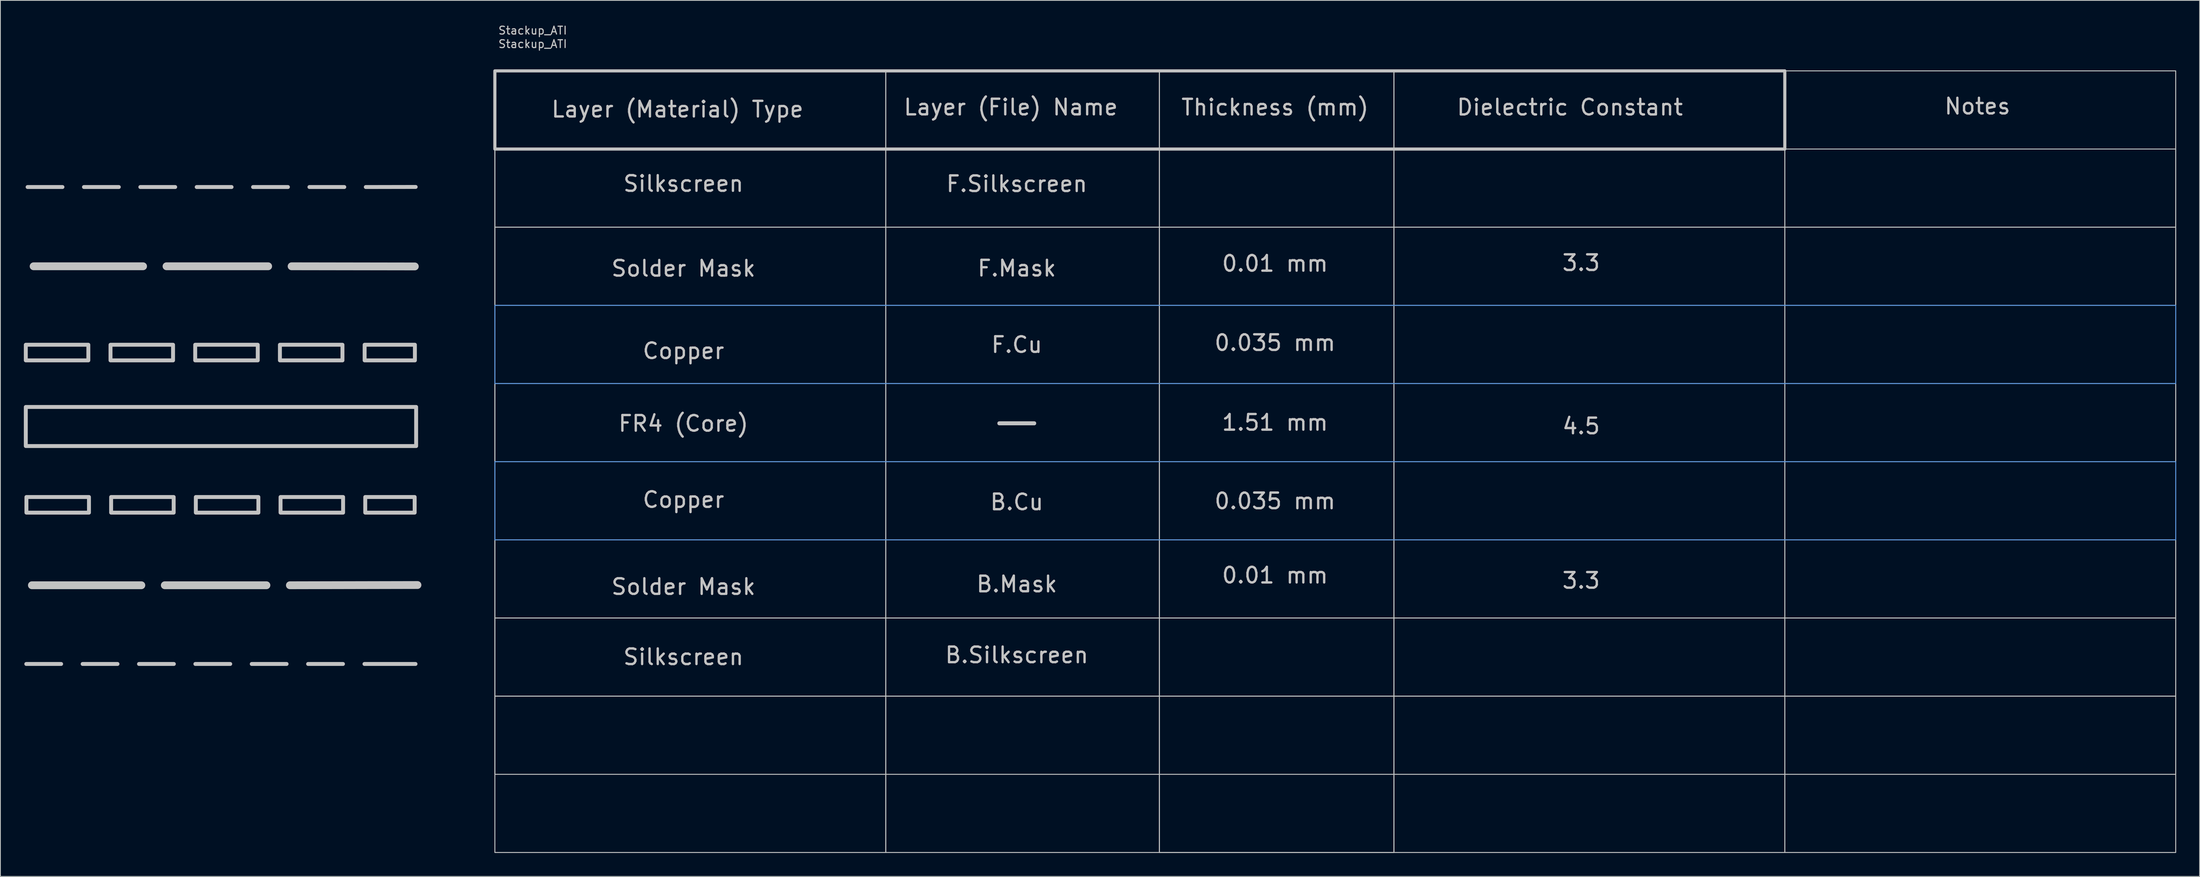
<source format=kicad_pcb>
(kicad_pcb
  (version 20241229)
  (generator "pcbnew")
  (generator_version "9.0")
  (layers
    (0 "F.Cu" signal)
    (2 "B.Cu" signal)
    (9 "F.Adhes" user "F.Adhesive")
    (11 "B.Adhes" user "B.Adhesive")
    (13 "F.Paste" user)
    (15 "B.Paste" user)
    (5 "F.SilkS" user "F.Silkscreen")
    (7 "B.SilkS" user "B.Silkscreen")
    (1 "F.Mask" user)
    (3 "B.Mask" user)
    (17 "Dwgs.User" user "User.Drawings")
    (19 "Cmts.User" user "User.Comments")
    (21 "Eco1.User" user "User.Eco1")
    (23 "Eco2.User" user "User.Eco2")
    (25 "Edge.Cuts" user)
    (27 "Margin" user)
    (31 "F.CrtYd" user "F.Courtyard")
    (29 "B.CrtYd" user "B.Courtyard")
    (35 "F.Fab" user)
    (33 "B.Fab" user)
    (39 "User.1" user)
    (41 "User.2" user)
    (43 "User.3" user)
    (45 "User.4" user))
  (footprint "Stackup_ATI"
    (layer "F.Cu")
    (at 60.25 6.018)
    (property "Reference" "Stackup_ATI" (at 4.84 -5.17 0) (unlocked yes) (layer "Dwgs.User") (effects (font (size 1 1) (thickness 0.15))))
    (fp_line (start -59.94 75.88) (end -55.48 75.88) (stroke (width 0.5) (type solid)) (layer "Dwgs.User"))
    (fp_line (start -59.77 14.86) (end -55.31 14.86) (stroke (width 0.5) (type solid)) (layer "Dwgs.User"))
    (fp_line (start -59.22 65.81) (end -45.22 65.81) (stroke (width 1) (type solid)) (layer "Dwgs.User"))
    (fp_line (start -59 25) (end -45 25) (stroke (width 1) (type solid)) (layer "Dwgs.User"))
    (fp_line (start -52.73 75.88) (end -48.27 75.88) (stroke (width 0.5) (type solid)) (layer "Dwgs.User"))
    (fp_line (start -52.56 14.86) (end -48.1 14.86) (stroke (width 0.5) (type solid)) (layer "Dwgs.User"))
    (fp_line (start -45.52 75.88) (end -41.06 75.88) (stroke (width 0.5) (type solid)) (layer "Dwgs.User"))
    (fp_line (start -45.35 14.86) (end -40.89 14.86) (stroke (width 0.5) (type solid)) (layer "Dwgs.User"))
    (fp_line (start -42.22 65.81) (end -29.22 65.81) (stroke (width 1) (type solid)) (layer "Dwgs.User"))
    (fp_line (start -42 25) (end -29 25) (stroke (width 1) (type solid)) (layer "Dwgs.User"))
    (fp_line (start -38.31 75.88) (end -33.85 75.88) (stroke (width 0.5) (type solid)) (layer "Dwgs.User"))
    (fp_line (start -38.14 14.86) (end -33.68 14.86) (stroke (width 0.5) (type solid)) (layer "Dwgs.User"))
    (fp_line (start -31.1 75.88) (end -26.64 75.88) (stroke (width 0.5) (type solid)) (layer "Dwgs.User"))
    (fp_line (start -30.93 14.86) (end -26.47 14.86) (stroke (width 0.5) (type solid)) (layer "Dwgs.User"))
    (fp_line (start -26.22 65.81) (end -9.9 65.78) (stroke (width 1) (type solid)) (layer "Dwgs.User"))
    (fp_line (start -26 25) (end -10.24 25.02) (stroke (width 1) (type solid)) (layer "Dwgs.User"))
    (fp_line (start -23.89 75.88) (end -19.43 75.88) (stroke (width 0.5) (type solid)) (layer "Dwgs.User"))
    (fp_line (start -23.72 14.86) (end -19.26 14.86) (stroke (width 0.5) (type solid)) (layer "Dwgs.User"))
    (fp_line (start -16.68 75.88) (end -10.15 75.88) (stroke (width 0.5) (type solid)) (layer "Dwgs.User"))
    (fp_line (start -16.51 14.86) (end -10.13 14.85) (stroke (width 0.5) (type solid)) (layer "Dwgs.User"))
    (fp_line (start 64.53 45.09) (end 68.99 45.09) (stroke (width 0.5) (type solid)) (layer "Dwgs.User"))
    (fp_line (start 64.53 45.09) (end 68.99 45.09) (stroke (width 0.5) (type solid)) (layer "Dwgs.User"))
    (fp_line (start 64.53 45.09) (end 68.99 45.09) (stroke (width 0.5) (type solid)) (layer "Dwgs.User"))
    (fp_rect (start -60 35.04) (end -52 37.04) (stroke (width 0.5) (type solid)) (fill no) (layer "Dwgs.User"))
    (fp_rect (start -60 43) (end -10.07 48) (stroke (width 0.5) (type solid)) (fill no) (layer "Dwgs.User"))
    (fp_rect (start -59.92 54.52) (end -51.92 56.52) (stroke (width 0.5) (type solid)) (fill no) (layer "Dwgs.User"))
    (fp_rect (start -49.165 35.04) (end -41.165 37.04) (stroke (width 0.5) (type solid)) (fill no) (layer "Dwgs.User"))
    (fp_rect (start -49.085 54.52) (end -41.085 56.52) (stroke (width 0.5) (type solid)) (fill no) (layer "Dwgs.User"))
    (fp_rect (start -38.33 35.04) (end -30.33 37.04) (stroke (width 0.5) (type solid)) (fill no) (layer "Dwgs.User"))
    (fp_rect (start -38.25 54.52) (end -30.25 56.52) (stroke (width 0.5) (type solid)) (fill no) (layer "Dwgs.User"))
    (fp_rect (start -27.495 35.04) (end -19.495 37.04) (stroke (width 0.5) (type solid)) (fill no) (layer "Dwgs.User"))
    (fp_rect (start -27.415 54.52) (end -19.415 56.52) (stroke (width 0.5) (type solid)) (fill no) (layer "Dwgs.User"))
    (fp_rect (start -16.66 35.04) (end -10.23 37.04) (stroke (width 0.5) (type solid)) (fill no) (layer "Dwgs.User"))
    (fp_rect (start -16.58 54.52) (end -10.26 56.52) (stroke (width 0.5) (type solid)) (fill no) (layer "Dwgs.User"))
    (fp_rect (start 0 0) (end 50 100) (stroke (width 0.12) (type solid)) (fill no) (layer "Dwgs.User"))
    (fp_rect (start 0 0) (end 165 10) (stroke (width 0.4) (type solid)) (fill no) (layer "Dwgs.User"))
    (fp_rect (start 0 10) (end 215 20) (stroke (width 0.12) (type solid)) (fill no) (layer "Dwgs.User"))
    (fp_rect (start 0 20) (end 215 30) (stroke (width 0.12) (type solid)) (fill no) (layer "Dwgs.User"))
    (fp_rect (start 0 40) (end 215 50) (stroke (width 0.12) (type solid)) (fill no) (layer "Dwgs.User"))
    (fp_rect (start 0 60) (end 215 70) (stroke (width 0.12) (type solid)) (fill no) (layer "Dwgs.User"))
    (fp_rect (start 0 70) (end 215 80) (stroke (width 0.12) (type solid)) (fill no) (layer "Dwgs.User"))
    (fp_rect (start 0 80) (end 215 90) (stroke (width 0.12) (type solid)) (fill no) (layer "Dwgs.User"))
    (fp_rect (start 50 0) (end 85 100) (stroke (width 0.12) (type solid)) (fill no) (layer "Dwgs.User"))
    (fp_rect (start 85 0) (end 115 100) (stroke (width 0.12) (type solid)) (fill no) (layer "Dwgs.User"))
    (fp_rect (start 85 0) (end 115 100) (stroke (width 0.12) (type solid)) (fill no) (layer "Dwgs.User"))
    (fp_rect (start 115 0) (end 165 100) (stroke (width 0.12) (type solid)) (fill no) (layer "Dwgs.User"))
    (fp_rect (start 165 0) (end 215 100) (stroke (width 0.12) (type solid)) (fill no) (layer "Dwgs.User"))
    (fp_rect (start 0 30) (end 215 40) (stroke (width 0.12) (type solid)) (fill no) (layer "Cmts.User"))
    (fp_rect (start 0 50) (end 215 60) (stroke (width 0.12) (type solid)) (fill no) (layer "Cmts.User"))
    (fp_text user "Thickness (mm)" (at 99.79 4.66 0) (unlocked yes) (layer "Dwgs.User") (effects (font (size 2 2) (thickness 0.3))))
    (fp_text user "${REFERENCE}" (at 4.84 -3.44 0) (unlocked yes) (layer "Dwgs.User") (effects (font (size 1 1) (thickness 0.15))))
    (fp_text user "3.3" (at 138.95 65.21 0) (unlocked yes) (layer "Dwgs.User") (effects (font (size 2 2) (thickness 0.3))))
    (fp_text user "Dielectric Constant" (at 137.51 4.66 0) (unlocked yes) (layer "Dwgs.User") (effects (font (size 2 2) (thickness 0.3))))
    (fp_text user "4.5" (at 138.95 45.45 0) (unlocked yes) (layer "Dwgs.User") (effects (font (size 2 2) (thickness 0.3))))
    (fp_text user "0.035 mm" (at 99.79 34.79 0) (unlocked yes) (layer "Dwgs.User") (effects (font (size 2 2) (thickness 0.3))))
    (fp_text user "Notes" (at 189.64 4.53 0) (unlocked yes) (layer "Dwgs.User") (effects (font (size 2 2) (thickness 0.3))))
    (fp_text user "0.01 mm" (at 99.79 64.54 0) (unlocked yes) (layer "Dwgs.User") (effects (font (size 2 2) (thickness 0.3))))
    (fp_text user "F.Cu" (at 66.76 35.04 0) (unlocked yes) (layer "Dwgs.User") (effects (font (size 2 2) (thickness 0.3))))
    (fp_text user "FR4 (Core)" (at 24.12 45.12 0) (unlocked yes) (layer "Dwgs.User") (effects (font (size 2 2) (thickness 0.3))))
    (fp_text user "Silkscreen" (at 24.12 14.43 0) (unlocked yes) (layer "Dwgs.User") (effects (font (size 2 2) (thickness 0.3))))
    (fp_text user "Solder Mask" (at 24.12 25.28 0) (unlocked yes) (layer "Dwgs.User") (effects (font (size 2 2) (thickness 0.3))))
    (fp_text user "Copper" (at 24.12 54.87 0) (unlocked yes) (layer "Dwgs.User") (effects (font (size 2 2) (thickness 0.3))))
    (fp_text user "F.Mask" (at 66.76 25.26 0) (unlocked yes) (layer "Dwgs.User") (effects (font (size 2 2) (thickness 0.3))))
    (fp_text user "B.Mask" (at 66.76 65.67 0) (unlocked yes) (layer "Dwgs.User") (effects (font (size 2 2) (thickness 0.3))))
    (fp_text user "Silkscreen" (at 24.12 74.98 0) (unlocked yes) (layer "Dwgs.User") (effects (font (size 2 2) (thickness 0.3))))
    (fp_text user "Copper" (at 24.12 35.83 0) (unlocked yes) (layer "Dwgs.User") (effects (font (size 2 2) (thickness 0.3))))
    (fp_text user "0.035 mm" (at 99.79 55.04 0) (unlocked yes) (layer "Dwgs.User") (effects (font (size 2 2) (thickness 0.3))))
    (fp_text user "0.01 mm" (at 99.79 24.65 0) (unlocked yes) (layer "Dwgs.User") (effects (font (size 2 2) (thickness 0.3))))
    (fp_text user "B.Cu" (at 66.76 55.17 0) (unlocked yes) (layer "Dwgs.User") (effects (font (size 2 2) (thickness 0.3))))
    (fp_text user "B.Silkscreen" (at 66.76 74.74 0) (unlocked yes) (layer "Dwgs.User") (effects (font (size 2 2) (thickness 0.3))))
    (fp_text user "Layer (File) Name " (at 66.76 4.65 0) (unlocked yes) (layer "Dwgs.User") (effects (font (size 2 2) (thickness 0.3))))
    (fp_text user "Layer (Material) Type " (at 24.12 4.92 0) (unlocked yes) (layer "Dwgs.User") (effects (font (size 2 2) (thickness 0.3))))
    (fp_text user "3.3" (at 138.95 24.56 0) (unlocked yes) (layer "Dwgs.User") (effects (font (size 2 2) (thickness 0.3))))
    (fp_text user "1.51 mm" (at 99.79 44.99 0) (unlocked yes) (layer "Dwgs.User") (effects (font (size 2 2) (thickness 0.3))))
    (fp_text user "Solder Mask" (at 24.12 66 0) (unlocked yes) (layer "Dwgs.User") (effects (font (size 2 2) (thickness 0.3))))
    (fp_text user "F.Silkscreen" (at 66.76 14.46 0) (unlocked yes) (layer "Dwgs.User") (effects (font (size 2 2) (thickness 0.3)))))
  (gr_rect
    (start -3 -3)
    (end 278.31 109.078)
    (stroke (width 0.1) (type default))
    (fill no)
    (layer "Edge.Cuts")))
</source>
